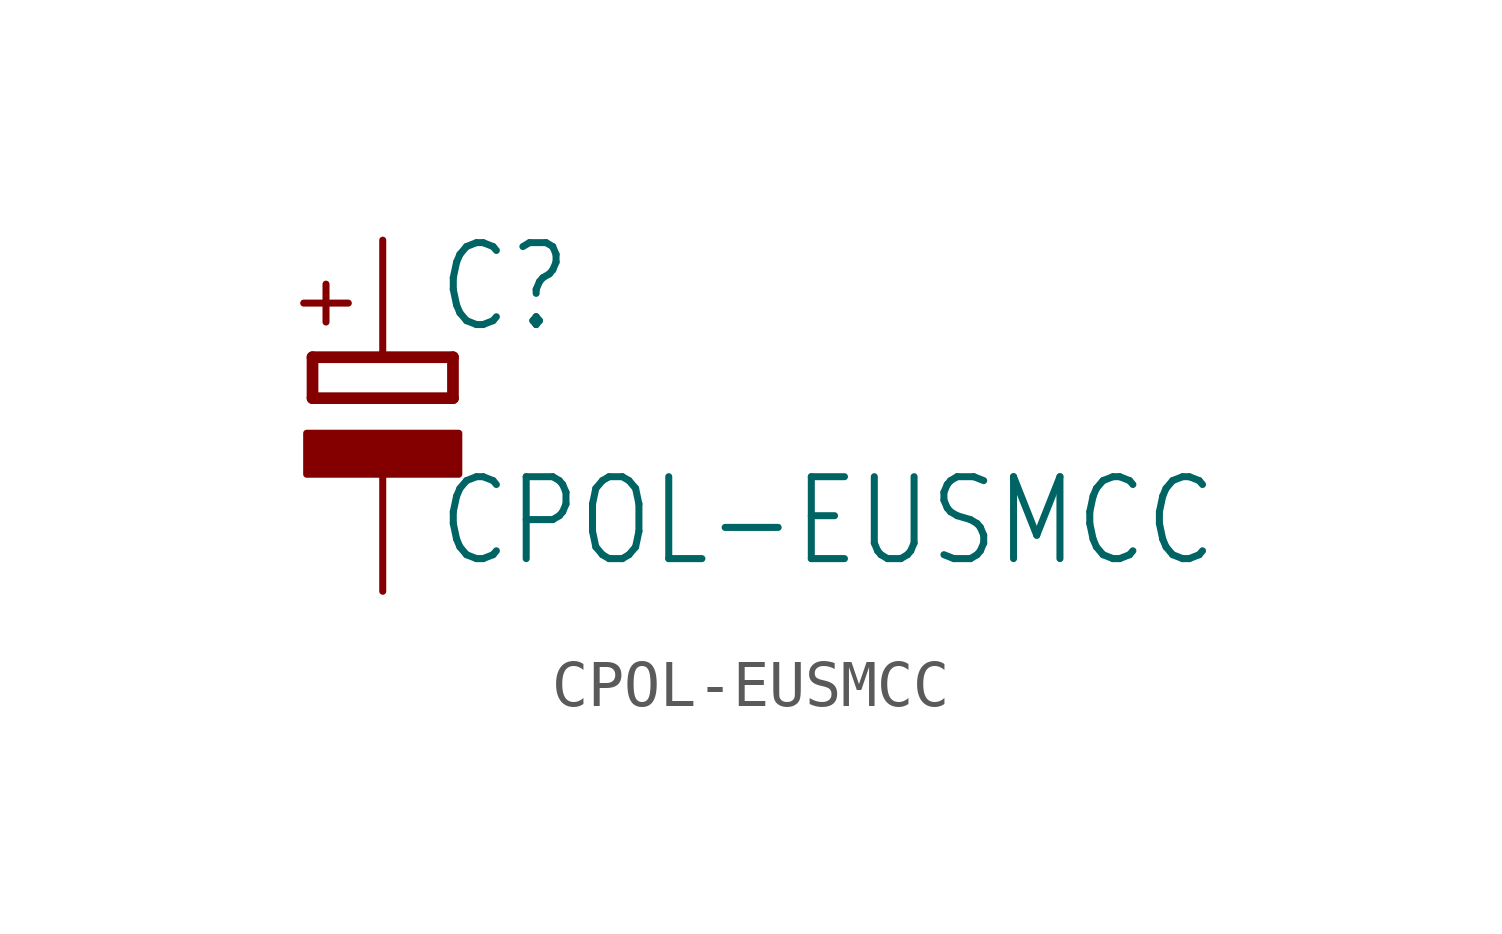
<source format=kicad_sym>
(kicad_symbol_lib
  (version 20220914)
  (generator kicad_symbol_editor)
  (symbol "CPOL-EUSMCC"
    (property "Reference" "C"
      (at 1.143 0.483 0)
      (effects (font (size 1.778 1.511)) (justify left bottom)))
    (property "Value" "CPOL-EUSMCC"
      (at 1.143 -4.597 0)
      (effects (font (size 1.778 1.511)) (justify left bottom)))
    (property "ki_locked" ""
      (at 0 0 0)
      (effects (font (size 1.27 1.27))))
    (symbol "CPOL-EUSMCC_1_0"
      (rectangle (start -1.651 -2.54) (end 1.651 -1.651) (stroke (width 0) (type default)) (fill (type outline)))
      (polyline (pts (xy -1.524 -0.889) (xy 1.524 -0.889)) (stroke (width 0.254) (type default)) (fill (type none)))
      (polyline (pts (xy -1.524 0) (xy -1.524 -0.889)) (stroke (width 0.254) (type default)) (fill (type none)))
      (polyline (pts (xy -1.524 0) (xy 1.524 0)) (stroke (width 0.254) (type default)) (fill (type none)))
      (polyline (pts (xy 1.524 -0.889) (xy 1.524 0)) (stroke (width 0.254) (type default)) (fill (type none)))
      (text "+" (at -0.584 0.406 900) (effects (font (size 1.27 1.079)) (justify left bottom)))
      (pin passive line (at 0 2.54 270) (length 2.54) (name "+" (effects (font (size 0 0)))) (number "+" (effects (font (size 0 0)))))
      (pin passive line (at 0 -5.08 90) (length 2.54) (name "-" (effects (font (size 0 0)))) (number "-" (effects (font (size 0 0))))))))
</source>
